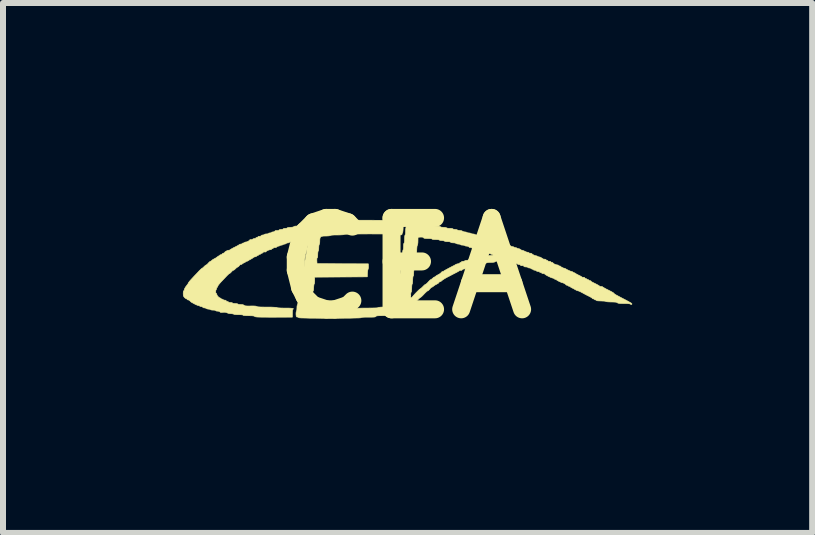
<source format=kicad_pcb>
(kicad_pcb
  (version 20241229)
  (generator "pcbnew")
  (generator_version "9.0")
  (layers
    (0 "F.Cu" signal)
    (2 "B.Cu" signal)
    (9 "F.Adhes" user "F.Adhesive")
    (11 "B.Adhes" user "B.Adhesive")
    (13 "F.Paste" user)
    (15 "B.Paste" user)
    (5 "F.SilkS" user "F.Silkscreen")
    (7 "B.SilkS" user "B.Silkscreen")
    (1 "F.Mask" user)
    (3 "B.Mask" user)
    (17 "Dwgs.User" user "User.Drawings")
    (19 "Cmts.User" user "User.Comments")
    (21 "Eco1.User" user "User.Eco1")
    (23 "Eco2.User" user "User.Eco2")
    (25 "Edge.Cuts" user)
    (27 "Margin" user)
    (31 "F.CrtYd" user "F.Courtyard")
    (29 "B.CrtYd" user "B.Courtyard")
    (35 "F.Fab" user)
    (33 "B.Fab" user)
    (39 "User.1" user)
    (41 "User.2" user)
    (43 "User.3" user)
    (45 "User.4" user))
  (footprint "CEA"
    (layer "F.Cu")
    (at 3.696 1.418)
    (property "Reference" "CEA" (at 0 0 0) (layer "F.SilkS") (effects (font (size 1.524 1.524) (thickness 0.3))))
    (attr through_hole)
    (fp_poly (pts (xy -0.624 -0.796) (xy -0.55 -0.796) (xy -0.48 -0.795) (xy -0.416 -0.795) (xy -0.359 -0.793) (xy -0.312 -0.792) (xy -0.277 -0.79) (xy -0.255 -0.789) (xy -0.249 -0.787) (xy -0.237 -0.783) (xy -0.211 -0.78) (xy -0.174 -0.778) (xy -0.128 -0.777) (xy -0.122 -0.776) (xy -0.004 -0.775) (xy -0.002 -0.753) (xy -0.004 -0.732) (xy -0.012 -0.72) (xy -0.02 -0.707) (xy -0.024 -0.683) (xy -0.025 -0.651) (xy -0.027 -0.622) (xy -0.03 -0.599) (xy -0.034 -0.588) (xy -0.034 -0.588) (xy -0.041 -0.576) (xy -0.042 -0.567) (xy -0.045 -0.556) (xy -0.056 -0.552) (xy -0.079 -0.55) (xy -0.08 -0.55) (xy -0.104 -0.552) (xy -0.12 -0.557) (xy -0.123 -0.559) (xy -0.132 -0.561) (xy -0.156 -0.562) (xy -0.193 -0.564) (xy -0.242 -0.565) (xy -0.299 -0.566) (xy -0.364 -0.567) (xy -0.433 -0.567) (xy -0.507 -0.567) (xy -0.582 -0.568) (xy -0.656 -0.567) (xy -0.728 -0.567) (xy -0.796 -0.566) (xy -0.857 -0.566) (xy -0.911 -0.565) (xy -0.955 -0.563) (xy -0.986 -0.562) (xy -1.004 -0.56) (xy -1.008 -0.559) (xy -1.016 -0.555) (xy -1.039 -0.553) (xy -1.076 -0.551) (xy -1.122 -0.55) (xy -1.17 -0.55) (xy -1.206 -0.548) (xy -1.229 -0.545) (xy -1.236 -0.542) (xy -1.244 -0.538) (xy -1.266 -0.535) (xy -1.299 -0.533) (xy -1.311 -0.533) (xy -1.354 -0.532) (xy -1.384 -0.527) (xy -1.401 -0.517) (xy -1.41 -0.498) (xy -1.414 -0.469) (xy -1.414 -0.451) (xy -1.415 -0.423) (xy -1.419 -0.402) (xy -1.422 -0.394) (xy -1.427 -0.383) (xy -1.43 -0.361) (xy -1.431 -0.339) (xy -1.432 -0.311) (xy -1.436 -0.291) (xy -1.439 -0.284) (xy -1.444 -0.273) (xy -1.447 -0.251) (xy -1.448 -0.224) (xy -1.449 -0.194) (xy -1.453 -0.174) (xy -1.457 -0.169) (xy -1.462 -0.161) (xy -1.463 -0.139) (xy -1.463 -0.121) (xy -1.46 -0.072) (xy -1.033 -0.07) (xy -0.605 -0.069) (xy -0.603 -0.033) (xy -0.603 -0.006) (xy -0.607 0.017) (xy -0.609 0.021) (xy -0.614 0.038) (xy -0.618 0.066) (xy -0.62 0.093) (xy -0.622 0.148) (xy -1.499 0.153) (xy -1.499 0.207) (xy -1.5 0.236) (xy -1.503 0.258) (xy -1.507 0.267) (xy -1.511 0.277) (xy -1.514 0.3) (xy -1.516 0.326) (xy -1.517 0.355) (xy -1.52 0.375) (xy -1.524 0.381) (xy -1.528 0.389) (xy -1.531 0.409) (xy -1.532 0.436) (xy -1.534 0.464) (xy -1.537 0.486) (xy -1.541 0.495) (xy -1.546 0.506) (xy -1.549 0.528) (xy -1.55 0.549) (xy -1.552 0.578) (xy -1.556 0.601) (xy -1.561 0.611) (xy -1.568 0.627) (xy -1.569 0.652) (xy -1.567 0.679) (xy -1.559 0.681) (xy -1.536 0.683) (xy -1.5 0.684) (xy -1.453 0.685) (xy -1.398 0.685) (xy -1.336 0.686) (xy -1.269 0.686) (xy -1.2 0.686) (xy -1.131 0.686) (xy -1.063 0.685) (xy -1 0.684) (xy -0.942 0.684) (xy -0.892 0.682) (xy -0.852 0.681) (xy -0.824 0.68) (xy -0.81 0.678) (xy -0.809 0.677) (xy -0.798 0.674) (xy -0.773 0.672) (xy -0.733 0.67) (xy -0.68 0.669) (xy -0.622 0.669) (xy -0.557 0.668) (xy -0.505 0.667) (xy -0.468 0.666) (xy -0.446 0.663) (xy -0.44 0.66) (xy -0.432 0.657) (xy -0.409 0.654) (xy -0.373 0.652) (xy -0.339 0.652) (xy -0.297 0.651) (xy -0.263 0.649) (xy -0.241 0.647) (xy -0.233 0.643) (xy -0.223 0.634) (xy -0.217 0.641) (xy -0.214 0.664) (xy -0.213 0.703) (xy -0.214 0.705) (xy -0.216 0.775) (xy -0.246 0.777) (xy -0.268 0.781) (xy -0.282 0.787) (xy -0.283 0.788) (xy -0.295 0.791) (xy -0.319 0.794) (xy -0.353 0.795) (xy -0.383 0.796) (xy -0.425 0.796) (xy -0.454 0.798) (xy -0.47 0.801) (xy -0.478 0.806) (xy -0.479 0.808) (xy -0.484 0.813) (xy -0.496 0.817) (xy -0.516 0.819) (xy -0.548 0.82) (xy -0.594 0.82) (xy -0.604 0.82) (xy -0.658 0.82) (xy -0.697 0.822) (xy -0.719 0.825) (xy -0.726 0.829) (xy -0.735 0.831) (xy -0.759 0.833) (xy -0.797 0.834) (xy -0.846 0.835) (xy -0.905 0.837) (xy -0.971 0.837) (xy -1.045 0.838) (xy -1.122 0.839) (xy -1.202 0.839) (xy -1.284 0.839) (xy -1.364 0.839) (xy -1.442 0.838) (xy -1.515 0.837) (xy -1.582 0.837) (xy -1.641 0.835) (xy -1.691 0.834) (xy -1.729 0.833) (xy -1.753 0.831) (xy -1.763 0.829) (xy -1.763 0.829) (xy -1.773 0.821) (xy -1.787 0.818) (xy -1.799 0.816) (xy -1.806 0.807) (xy -1.809 0.788) (xy -1.81 0.776) (xy -1.81 0.75) (xy -1.807 0.73) (xy -1.804 0.725) (xy -1.799 0.712) (xy -1.796 0.689) (xy -1.795 0.668) (xy -1.794 0.64) (xy -1.79 0.621) (xy -1.786 0.614) (xy -1.782 0.603) (xy -1.778 0.581) (xy -1.778 0.567) (xy -1.776 0.542) (xy -1.772 0.525) (xy -1.77 0.521) (xy -1.765 0.51) (xy -1.762 0.488) (xy -1.761 0.461) (xy -1.76 0.433) (xy -1.757 0.411) (xy -1.753 0.402) (xy -1.748 0.391) (xy -1.745 0.37) (xy -1.744 0.356) (xy -1.741 0.322) (xy -1.73 0.304) (xy -1.722 0.293) (xy -1.72 0.274) (xy -1.721 0.248) (xy -1.723 0.219) (xy -1.719 0.201) (xy -1.713 0.193) (xy -1.705 0.181) (xy -1.703 0.159) (xy -1.705 0.143) (xy -1.706 0.117) (xy -1.703 0.103) (xy -1.697 0.098) (xy -1.689 0.091) (xy -1.686 0.073) (xy -1.686 0.043) (xy -1.686 0.042) (xy -1.685 0.011) (xy -1.682 -0.012) (xy -1.678 -0.019) (xy -1.672 -0.032) (xy -1.669 -0.057) (xy -1.668 -0.077) (xy -1.667 -0.105) (xy -1.663 -0.124) (xy -1.659 -0.131) (xy -1.655 -0.142) (xy -1.651 -0.164) (xy -1.651 -0.178) (xy -1.649 -0.203) (xy -1.645 -0.22) (xy -1.643 -0.224) (xy -1.638 -0.235) (xy -1.635 -0.257) (xy -1.634 -0.284) (xy -1.633 -0.313) (xy -1.63 -0.332) (xy -1.626 -0.339) (xy -1.621 -0.346) (xy -1.618 -0.366) (xy -1.617 -0.385) (xy -1.616 -0.411) (xy -1.612 -0.43) (xy -1.609 -0.436) (xy -1.604 -0.447) (xy -1.601 -0.469) (xy -1.6 -0.491) (xy -1.599 -0.519) (xy -1.595 -0.539) (xy -1.592 -0.546) (xy -1.587 -0.557) (xy -1.584 -0.579) (xy -1.583 -0.597) (xy -1.582 -0.623) (xy -1.578 -0.639) (xy -1.575 -0.643) (xy -1.57 -0.651) (xy -1.567 -0.672) (xy -1.566 -0.699) (xy -1.566 -0.754) (xy -1.474 -0.754) (xy -1.43 -0.754) (xy -1.399 -0.756) (xy -1.381 -0.76) (xy -1.372 -0.766) (xy -1.363 -0.771) (xy -1.346 -0.775) (xy -1.317 -0.777) (xy -1.274 -0.777) (xy -1.264 -0.777) (xy -1.214 -0.778) (xy -1.181 -0.78) (xy -1.164 -0.784) (xy -1.162 -0.786) (xy -1.153 -0.788) (xy -1.129 -0.79) (xy -1.092 -0.792) (xy -1.044 -0.793) (xy -0.986 -0.794) (xy -0.921 -0.795) (xy -0.85 -0.796) (xy -0.776 -0.796) (xy -0.7 -0.796) (xy -0.624 -0.796)) (stroke (width 0.01) (type solid)) (fill yes) (layer "F.SilkS"))
    (fp_poly (pts (xy -1.676 -0.605) (xy -1.677 -0.559) (xy -1.677 -0.528) (xy -1.679 -0.508) (xy -1.682 -0.497) (xy -1.686 -0.492) (xy -1.693 -0.491) (xy -1.693 -0.491) (xy -1.707 -0.488) (xy -1.71 -0.483) (xy -1.718 -0.477) (xy -1.736 -0.474) (xy -1.744 -0.474) (xy -1.766 -0.472) (xy -1.781 -0.467) (xy -1.782 -0.466) (xy -1.794 -0.46) (xy -1.814 -0.457) (xy -1.816 -0.457) (xy -1.837 -0.455) (xy -1.849 -0.449) (xy -1.85 -0.449) (xy -1.861 -0.443) (xy -1.882 -0.44) (xy -1.883 -0.44) (xy -1.906 -0.436) (xy -1.922 -0.427) (xy -1.922 -0.427) (xy -1.938 -0.418) (xy -1.949 -0.418) (xy -1.966 -0.415) (xy -1.973 -0.41) (xy -1.989 -0.4) (xy -2.003 -0.398) (xy -2.02 -0.395) (xy -2.028 -0.389) (xy -2.039 -0.383) (xy -2.053 -0.381) (xy -2.071 -0.378) (xy -2.079 -0.373) (xy -2.09 -0.366) (xy -2.104 -0.364) (xy -2.123 -0.359) (xy -2.132 -0.35) (xy -2.146 -0.34) (xy -2.158 -0.341) (xy -2.176 -0.34) (xy -2.185 -0.334) (xy -2.2 -0.323) (xy -2.207 -0.322) (xy -2.217 -0.317) (xy -2.218 -0.313) (xy -2.225 -0.307) (xy -2.238 -0.305) (xy -2.258 -0.301) (xy -2.281 -0.293) (xy -2.301 -0.282) (xy -2.311 -0.272) (xy -2.311 -0.27) (xy -2.318 -0.266) (xy -2.332 -0.267) (xy -2.351 -0.268) (xy -2.359 -0.259) (xy -2.371 -0.248) (xy -2.38 -0.246) (xy -2.393 -0.242) (xy -2.396 -0.237) (xy -2.403 -0.23) (xy -2.413 -0.229) (xy -2.427 -0.225) (xy -2.43 -0.22) (xy -2.437 -0.212) (xy -2.442 -0.212) (xy -2.456 -0.206) (xy -2.464 -0.199) (xy -2.48 -0.189) (xy -2.493 -0.186) (xy -2.513 -0.181) (xy -2.523 -0.173) (xy -2.538 -0.162) (xy -2.56 -0.149) (xy -2.564 -0.147) (xy -2.588 -0.134) (xy -2.608 -0.122) (xy -2.61 -0.12) (xy -2.621 -0.113) (xy -2.625 -0.114) (xy -2.63 -0.115) (xy -2.639 -0.108) (xy -2.658 -0.096) (xy -2.681 -0.084) (xy -2.682 -0.084) (xy -2.7 -0.074) (xy -2.709 -0.067) (xy -2.709 -0.066) (xy -2.716 -0.06) (xy -2.726 -0.059) (xy -2.743 -0.053) (xy -2.757 -0.038) (xy -2.77 -0.023) (xy -2.781 -0.017) (xy -2.792 -0.011) (xy -2.81 0.003) (xy -2.819 0.012) (xy -2.837 0.029) (xy -2.85 0.037) (xy -2.854 0.038) (xy -2.862 0.041) (xy -2.878 0.054) (xy -2.886 0.064) (xy -2.903 0.081) (xy -2.916 0.092) (xy -2.92 0.093) (xy -2.924 0.094) (xy -2.931 0.099) (xy -2.941 0.109) (xy -2.958 0.125) (xy -2.981 0.149) (xy -3.012 0.182) (xy -3.053 0.225) (xy -3.068 0.241) (xy -3.09 0.267) (xy -3.107 0.289) (xy -3.115 0.304) (xy -3.115 0.307) (xy -3.12 0.319) (xy -3.124 0.322) (xy -3.131 0.329) (xy -3.133 0.338) (xy -3.137 0.354) (xy -3.141 0.36) (xy -3.147 0.371) (xy -3.149 0.389) (xy -3.149 0.408) (xy -3.145 0.421) (xy -3.141 0.423) (xy -3.134 0.43) (xy -3.132 0.438) (xy -3.126 0.456) (xy -3.112 0.475) (xy -3.094 0.492) (xy -3.079 0.499) (xy -3.078 0.5) (xy -3.067 0.504) (xy -3.065 0.508) (xy -3.058 0.515) (xy -3.052 0.516) (xy -3.035 0.522) (xy -3.026 0.528) (xy -3.009 0.537) (xy -2.999 0.536) (xy -2.983 0.539) (xy -2.977 0.545) (xy -2.966 0.556) (xy -2.955 0.559) (xy -2.941 0.562) (xy -2.938 0.567) (xy -2.93 0.573) (xy -2.912 0.576) (xy -2.904 0.576) (xy -2.883 0.578) (xy -2.871 0.582) (xy -2.87 0.584) (xy -2.863 0.589) (xy -2.843 0.592) (xy -2.828 0.593) (xy -2.803 0.594) (xy -2.786 0.598) (xy -2.781 0.601) (xy -2.771 0.606) (xy -2.749 0.609) (xy -2.731 0.61) (xy -2.696 0.612) (xy -2.677 0.621) (xy -2.675 0.623) (xy -2.667 0.629) (xy -2.653 0.632) (xy -2.629 0.634) (xy -2.593 0.635) (xy -2.566 0.634) (xy -2.517 0.634) (xy -2.484 0.636) (xy -2.468 0.64) (xy -2.466 0.642) (xy -2.457 0.646) (xy -2.435 0.649) (xy -2.398 0.651) (xy -2.345 0.652) (xy -2.298 0.652) (xy -2.24 0.652) (xy -2.192 0.654) (xy -2.156 0.656) (xy -2.135 0.658) (xy -2.129 0.66) (xy -2.119 0.664) (xy -2.094 0.666) (xy -2.056 0.668) (xy -2.008 0.669) (xy -1.989 0.669) (xy -1.933 0.669) (xy -1.893 0.671) (xy -1.868 0.674) (xy -1.855 0.678) (xy -1.855 0.684) (xy -1.863 0.69) (xy -1.867 0.7) (xy -1.87 0.723) (xy -1.871 0.754) (xy -1.871 0.758) (xy -1.871 0.82) (xy -2.179 0.821) (xy -2.261 0.821) (xy -2.328 0.82) (xy -2.381 0.82) (xy -2.421 0.819) (xy -2.452 0.818) (xy -2.473 0.816) (xy -2.487 0.814) (xy -2.495 0.811) (xy -2.498 0.808) (xy -2.507 0.803) (xy -2.524 0.799) (xy -2.552 0.797) (xy -2.595 0.796) (xy -2.6 0.796) (xy -2.642 0.795) (xy -2.672 0.793) (xy -2.69 0.79) (xy -2.692 0.787) (xy -2.7 0.783) (xy -2.722 0.78) (xy -2.756 0.779) (xy -2.768 0.779) (xy -2.802 0.778) (xy -2.83 0.776) (xy -2.846 0.772) (xy -2.849 0.77) (xy -2.86 0.766) (xy -2.882 0.763) (xy -2.896 0.762) (xy -2.929 0.759) (xy -2.956 0.75) (xy -2.96 0.748) (xy -2.979 0.74) (xy -3.005 0.738) (xy -3.028 0.739) (xy -3.056 0.741) (xy -3.072 0.739) (xy -3.079 0.732) (xy -3.091 0.723) (xy -3.116 0.72) (xy -3.117 0.72) (xy -3.138 0.718) (xy -3.149 0.713) (xy -3.15 0.711) (xy -3.157 0.706) (xy -3.177 0.703) (xy -3.191 0.703) (xy -3.217 0.701) (xy -3.234 0.697) (xy -3.239 0.694) (xy -3.25 0.688) (xy -3.27 0.686) (xy -3.272 0.686) (xy -3.294 0.682) (xy -3.309 0.674) (xy -3.31 0.674) (xy -3.325 0.666) (xy -3.335 0.666) (xy -3.352 0.664) (xy -3.361 0.657) (xy -3.378 0.646) (xy -3.391 0.643) (xy -3.409 0.64) (xy -3.416 0.635) (xy -3.428 0.628) (xy -3.436 0.627) (xy -3.452 0.623) (xy -3.476 0.613) (xy -3.493 0.605) (xy -3.528 0.586) (xy -3.552 0.573) (xy -3.567 0.562) (xy -3.577 0.551) (xy -3.58 0.548) (xy -3.596 0.536) (xy -3.607 0.533) (xy -3.621 0.53) (xy -3.624 0.525) (xy -3.63 0.517) (xy -3.634 0.516) (xy -3.646 0.511) (xy -3.664 0.498) (xy -3.668 0.494) (xy -3.682 0.477) (xy -3.689 0.459) (xy -3.691 0.432) (xy -3.691 0.426) (xy -3.69 0.401) (xy -3.686 0.385) (xy -3.683 0.381) (xy -3.675 0.374) (xy -3.675 0.369) (xy -3.669 0.348) (xy -3.654 0.32) (xy -3.632 0.291) (xy -3.629 0.287) (xy -3.615 0.269) (xy -3.607 0.255) (xy -3.607 0.253) (xy -3.601 0.242) (xy -3.587 0.223) (xy -3.567 0.2) (xy -3.567 0.2) (xy -3.508 0.136) (xy -3.46 0.086) (xy -3.424 0.047) (xy -3.398 0.022) (xy -3.382 0.008) (xy -3.378 0.006) (xy -3.369 0.001) (xy -3.354 -0.012) (xy -3.344 -0.022) (xy -3.326 -0.039) (xy -3.311 -0.049) (xy -3.307 -0.051) (xy -3.296 -0.057) (xy -3.281 -0.072) (xy -3.274 -0.08) (xy -3.257 -0.098) (xy -3.243 -0.109) (xy -3.239 -0.11) (xy -3.225 -0.116) (xy -3.217 -0.124) (xy -3.199 -0.139) (xy -3.188 -0.145) (xy -3.144 -0.169) (xy -3.117 -0.189) (xy -3.101 -0.2) (xy -3.092 -0.203) (xy -3.082 -0.209) (xy -3.082 -0.212) (xy -3.075 -0.219) (xy -3.065 -0.22) (xy -3.048 -0.226) (xy -3.043 -0.233) (xy -3.031 -0.244) (xy -3.023 -0.246) (xy -3.007 -0.251) (xy -3.003 -0.257) (xy -2.992 -0.27) (xy -2.971 -0.283) (xy -2.947 -0.293) (xy -2.929 -0.296) (xy -2.913 -0.3) (xy -2.909 -0.304) (xy -2.899 -0.311) (xy -2.878 -0.323) (xy -2.849 -0.339) (xy -2.832 -0.347) (xy -2.8 -0.363) (xy -2.775 -0.377) (xy -2.759 -0.387) (xy -2.756 -0.39) (xy -2.744 -0.396) (xy -2.73 -0.398) (xy -2.714 -0.401) (xy -2.709 -0.406) (xy -2.702 -0.413) (xy -2.693 -0.415) (xy -2.677 -0.419) (xy -2.671 -0.423) (xy -2.659 -0.431) (xy -2.651 -0.432) (xy -2.632 -0.435) (xy -2.611 -0.444) (xy -2.592 -0.456) (xy -2.583 -0.466) (xy -2.582 -0.467) (xy -2.576 -0.473) (xy -2.565 -0.472) (xy -2.546 -0.473) (xy -2.536 -0.479) (xy -2.519 -0.488) (xy -2.503 -0.491) (xy -2.486 -0.494) (xy -2.481 -0.5) (xy -2.474 -0.507) (xy -2.465 -0.508) (xy -2.449 -0.514) (xy -2.444 -0.52) (xy -2.433 -0.528) (xy -2.421 -0.527) (xy -2.402 -0.529) (xy -2.395 -0.536) (xy -2.38 -0.547) (xy -2.362 -0.55) (xy -2.344 -0.553) (xy -2.337 -0.559) (xy -2.329 -0.564) (xy -2.311 -0.567) (xy -2.303 -0.567) (xy -2.282 -0.569) (xy -2.27 -0.574) (xy -2.269 -0.576) (xy -2.262 -0.582) (xy -2.244 -0.584) (xy -2.244 -0.584) (xy -2.226 -0.587) (xy -2.218 -0.593) (xy -2.218 -0.593) (xy -2.211 -0.599) (xy -2.194 -0.601) (xy -2.174 -0.605) (xy -2.164 -0.614) (xy -2.154 -0.623) (xy -2.133 -0.624) (xy -2.129 -0.624) (xy -2.104 -0.624) (xy -2.094 -0.632) (xy -2.082 -0.64) (xy -2.059 -0.643) (xy -2.056 -0.643) (xy -2.036 -0.645) (xy -2.024 -0.65) (xy -2.024 -0.652) (xy -2.016 -0.657) (xy -1.997 -0.66) (xy -1.99 -0.66) (xy -1.968 -0.662) (xy -1.957 -0.667) (xy -1.956 -0.669) (xy -1.948 -0.673) (xy -1.928 -0.676) (xy -1.906 -0.677) (xy -1.871 -0.68) (xy -1.85 -0.686) (xy -1.847 -0.689) (xy -1.83 -0.697) (xy -1.8 -0.699) (xy -1.794 -0.699) (xy -1.764 -0.7) (xy -1.745 -0.706) (xy -1.743 -0.709) (xy -1.728 -0.716) (xy -1.706 -0.72) (xy -1.705 -0.72) (xy -1.676 -0.72) (xy -1.676 -0.605)) (stroke (width 0.01) (type solid)) (fill yes) (layer "F.SilkS"))
    (fp_poly (pts (xy 0.133 -0.753) (xy 0.159 -0.75) (xy 0.172 -0.746) (xy 0.174 -0.745) (xy 0.184 -0.741) (xy 0.207 -0.739) (xy 0.24 -0.737) (xy 0.263 -0.737) (xy 0.302 -0.736) (xy 0.33 -0.734) (xy 0.345 -0.73) (xy 0.347 -0.728) (xy 0.355 -0.724) (xy 0.377 -0.721) (xy 0.409 -0.72) (xy 0.414 -0.72) (xy 0.452 -0.719) (xy 0.476 -0.715) (xy 0.489 -0.709) (xy 0.491 -0.707) (xy 0.505 -0.698) (xy 0.529 -0.696) (xy 0.543 -0.697) (xy 0.574 -0.697) (xy 0.592 -0.691) (xy 0.593 -0.689) (xy 0.609 -0.681) (xy 0.638 -0.678) (xy 0.648 -0.677) (xy 0.674 -0.676) (xy 0.693 -0.672) (xy 0.699 -0.669) (xy 0.709 -0.664) (xy 0.731 -0.661) (xy 0.754 -0.66) (xy 0.781 -0.659) (xy 0.799 -0.656) (xy 0.804 -0.652) (xy 0.812 -0.647) (xy 0.83 -0.644) (xy 0.837 -0.643) (xy 0.86 -0.641) (xy 0.876 -0.636) (xy 0.878 -0.634) (xy 0.891 -0.629) (xy 0.914 -0.625) (xy 0.921 -0.625) (xy 0.946 -0.622) (xy 0.963 -0.615) (xy 0.966 -0.613) (xy 0.981 -0.605) (xy 1.003 -0.601) (xy 1.004 -0.601) (xy 1.025 -0.599) (xy 1.037 -0.593) (xy 1.037 -0.593) (xy 1.048 -0.587) (xy 1.069 -0.584) (xy 1.071 -0.584) (xy 1.092 -0.582) (xy 1.104 -0.576) (xy 1.105 -0.576) (xy 1.116 -0.57) (xy 1.137 -0.567) (xy 1.139 -0.567) (xy 1.16 -0.565) (xy 1.172 -0.559) (xy 1.173 -0.559) (xy 1.184 -0.553) (xy 1.204 -0.55) (xy 1.206 -0.55) (xy 1.229 -0.546) (xy 1.245 -0.537) (xy 1.245 -0.537) (xy 1.264 -0.527) (xy 1.28 -0.527) (xy 1.301 -0.526) (xy 1.314 -0.519) (xy 1.328 -0.511) (xy 1.35 -0.508) (xy 1.351 -0.508) (xy 1.372 -0.506) (xy 1.384 -0.5) (xy 1.384 -0.5) (xy 1.396 -0.493) (xy 1.409 -0.491) (xy 1.428 -0.487) (xy 1.436 -0.482) (xy 1.451 -0.475) (xy 1.472 -0.472) (xy 1.494 -0.468) (xy 1.508 -0.46) (xy 1.524 -0.451) (xy 1.537 -0.449) (xy 1.555 -0.445) (xy 1.562 -0.44) (xy 1.574 -0.434) (xy 1.588 -0.432) (xy 1.605 -0.429) (xy 1.613 -0.423) (xy 1.625 -0.417) (xy 1.638 -0.415) (xy 1.656 -0.412) (xy 1.664 -0.406) (xy 1.675 -0.4) (xy 1.689 -0.398) (xy 1.709 -0.393) (xy 1.719 -0.385) (xy 1.735 -0.375) (xy 1.749 -0.373) (xy 1.766 -0.369) (xy 1.774 -0.364) (xy 1.785 -0.357) (xy 1.799 -0.356) (xy 1.817 -0.352) (xy 1.825 -0.347) (xy 1.836 -0.341) (xy 1.85 -0.339) (xy 1.868 -0.335) (xy 1.875 -0.33) (xy 1.887 -0.324) (xy 1.9 -0.322) (xy 1.92 -0.317) (xy 1.93 -0.309) (xy 1.947 -0.298) (xy 1.957 -0.296) (xy 1.974 -0.292) (xy 1.997 -0.282) (xy 2.002 -0.279) (xy 2.026 -0.268) (xy 2.045 -0.263) (xy 2.049 -0.262) (xy 2.065 -0.259) (xy 2.07 -0.254) (xy 2.082 -0.247) (xy 2.096 -0.246) (xy 2.113 -0.243) (xy 2.121 -0.238) (xy 2.133 -0.227) (xy 2.155 -0.215) (xy 2.178 -0.206) (xy 2.194 -0.203) (xy 2.209 -0.199) (xy 2.214 -0.195) (xy 2.226 -0.188) (xy 2.236 -0.186) (xy 2.262 -0.18) (xy 2.293 -0.162) (xy 2.305 -0.153) (xy 2.322 -0.146) (xy 2.332 -0.147) (xy 2.347 -0.145) (xy 2.354 -0.139) (xy 2.369 -0.129) (xy 2.376 -0.127) (xy 2.387 -0.122) (xy 2.388 -0.119) (xy 2.395 -0.113) (xy 2.413 -0.11) (xy 2.413 -0.11) (xy 2.431 -0.108) (xy 2.438 -0.102) (xy 2.438 -0.102) (xy 2.445 -0.095) (xy 2.455 -0.093) (xy 2.469 -0.09) (xy 2.472 -0.087) (xy 2.48 -0.077) (xy 2.497 -0.066) (xy 2.519 -0.057) (xy 2.54 -0.051) (xy 2.545 -0.051) (xy 2.561 -0.048) (xy 2.565 -0.042) (xy 2.572 -0.035) (xy 2.582 -0.034) (xy 2.596 -0.031) (xy 2.599 -0.027) (xy 2.606 -0.02) (xy 2.623 -0.011) (xy 2.642 -0.001) (xy 2.659 0.004) (xy 2.663 0.004) (xy 2.677 0.009) (xy 2.684 0.013) (xy 2.71 0.028) (xy 2.739 0.042) (xy 2.765 0.053) (xy 2.783 0.059) (xy 2.786 0.059) (xy 2.803 0.065) (xy 2.811 0.072) (xy 2.823 0.08) (xy 2.828 0.08) (xy 2.838 0.082) (xy 2.84 0.084) (xy 2.85 0.092) (xy 2.871 0.104) (xy 2.898 0.118) (xy 2.9 0.119) (xy 2.927 0.132) (xy 2.948 0.144) (xy 2.959 0.152) (xy 2.959 0.152) (xy 2.97 0.156) (xy 2.98 0.155) (xy 2.997 0.157) (xy 3.002 0.164) (xy 3.014 0.176) (xy 3.024 0.178) (xy 3.037 0.182) (xy 3.04 0.186) (xy 3.047 0.193) (xy 3.056 0.195) (xy 3.07 0.198) (xy 3.073 0.203) (xy 3.08 0.21) (xy 3.09 0.212) (xy 3.104 0.214) (xy 3.107 0.218) (xy 3.108 0.221) (xy 3.111 0.225) (xy 3.12 0.231) (xy 3.137 0.24) (xy 3.165 0.254) (xy 3.195 0.269) (xy 3.223 0.284) (xy 3.244 0.297) (xy 3.255 0.305) (xy 3.256 0.305) (xy 3.267 0.31) (xy 3.277 0.309) (xy 3.292 0.309) (xy 3.297 0.312) (xy 3.307 0.32) (xy 3.328 0.332) (xy 3.356 0.348) (xy 3.372 0.356) (xy 3.416 0.378) (xy 3.447 0.394) (xy 3.468 0.406) (xy 3.481 0.414) (xy 3.489 0.421) (xy 3.492 0.425) (xy 3.499 0.432) (xy 3.51 0.44) (xy 3.529 0.451) (xy 3.557 0.466) (xy 3.596 0.487) (xy 3.636 0.508) (xy 3.69 0.536) (xy 3.729 0.557) (xy 3.757 0.573) (xy 3.776 0.584) (xy 3.786 0.593) (xy 3.791 0.599) (xy 3.791 0.599) (xy 3.788 0.607) (xy 3.777 0.609) (xy 3.766 0.604) (xy 3.763 0.601) (xy 3.753 0.598) (xy 3.729 0.595) (xy 3.694 0.593) (xy 3.658 0.593) (xy 3.613 0.592) (xy 3.581 0.591) (xy 3.562 0.587) (xy 3.55 0.583) (xy 3.548 0.58) (xy 3.538 0.574) (xy 3.521 0.57) (xy 3.492 0.568) (xy 3.45 0.567) (xy 3.412 0.566) (xy 3.381 0.564) (xy 3.362 0.561) (xy 3.357 0.559) (xy 3.347 0.555) (xy 3.324 0.552) (xy 3.292 0.551) (xy 3.276 0.55) (xy 3.24 0.549) (xy 3.214 0.547) (xy 3.201 0.543) (xy 3.2 0.542) (xy 3.193 0.535) (xy 3.183 0.533) (xy 3.17 0.53) (xy 3.167 0.525) (xy 3.159 0.518) (xy 3.15 0.516) (xy 3.136 0.513) (xy 3.133 0.509) (xy 3.126 0.502) (xy 3.107 0.489) (xy 3.079 0.474) (xy 3.063 0.466) (xy 3.025 0.447) (xy 2.988 0.427) (xy 2.957 0.41) (xy 2.951 0.407) (xy 2.924 0.393) (xy 2.902 0.384) (xy 2.891 0.381) (xy 2.873 0.376) (xy 2.85 0.364) (xy 2.849 0.364) (xy 2.824 0.349) (xy 2.795 0.334) (xy 2.792 0.333) (xy 2.772 0.322) (xy 2.761 0.313) (xy 2.76 0.311) (xy 2.753 0.306) (xy 2.743 0.305) (xy 2.729 0.301) (xy 2.726 0.296) (xy 2.719 0.289) (xy 2.709 0.288) (xy 2.696 0.285) (xy 2.692 0.282) (xy 2.686 0.273) (xy 2.669 0.262) (xy 2.65 0.252) (xy 2.633 0.246) (xy 2.63 0.246) (xy 2.616 0.242) (xy 2.594 0.232) (xy 2.568 0.22) (xy 2.545 0.207) (xy 2.53 0.197) (xy 2.527 0.194) (xy 2.517 0.189) (xy 2.515 0.19) (xy 2.505 0.188) (xy 2.498 0.182) (xy 2.482 0.171) (xy 2.473 0.169) (xy 2.459 0.166) (xy 2.436 0.157) (xy 2.408 0.144) (xy 2.38 0.13) (xy 2.356 0.116) (xy 2.341 0.106) (xy 2.337 0.101) (xy 2.329 0.095) (xy 2.312 0.093) (xy 2.311 0.093) (xy 2.294 0.091) (xy 2.286 0.085) (xy 2.286 0.085) (xy 2.279 0.078) (xy 2.269 0.076) (xy 2.255 0.073) (xy 2.252 0.068) (xy 2.245 0.062) (xy 2.228 0.059) (xy 2.206 0.055) (xy 2.193 0.046) (xy 2.179 0.037) (xy 2.171 0.037) (xy 2.156 0.036) (xy 2.147 0.029) (xy 2.131 0.019) (xy 2.122 0.017) (xy 2.11 0.013) (xy 2.108 0.008) (xy 2.101 0.003) (xy 2.083 0.000001) (xy 2.083 0) (xy 2.065 -0.002) (xy 2.057 -0.008) (xy 2.057 -0.008) (xy 2.05 -0.014) (xy 2.031 -0.017) (xy 2.024 -0.017) (xy 1.998 -0.02) (xy 1.986 -0.031) (xy 1.976 -0.04) (xy 1.96 -0.039) (xy 1.941 -0.038) (xy 1.934 -0.046) (xy 1.922 -0.056) (xy 1.904 -0.059) (xy 1.887 -0.062) (xy 1.88 -0.068) (xy 1.872 -0.073) (xy 1.853 -0.076) (xy 1.837 -0.076) (xy 1.813 -0.078) (xy 1.798 -0.082) (xy 1.795 -0.085) (xy 1.787 -0.089) (xy 1.765 -0.092) (xy 1.734 -0.093) (xy 1.728 -0.093) (xy 1.69 -0.094) (xy 1.666 -0.098) (xy 1.652 -0.104) (xy 1.651 -0.106) (xy 1.636 -0.113) (xy 1.61 -0.118) (xy 1.579 -0.119) (xy 1.548 -0.117) (xy 1.523 -0.112) (xy 1.513 -0.106) (xy 1.498 -0.098) (xy 1.472 -0.094) (xy 1.436 -0.093) (xy 1.405 -0.092) (xy 1.381 -0.089) (xy 1.368 -0.085) (xy 1.367 -0.085) (xy 1.356 -0.079) (xy 1.335 -0.076) (xy 1.325 -0.076) (xy 1.301 -0.074) (xy 1.285 -0.07) (xy 1.283 -0.068) (xy 1.272 -0.063) (xy 1.25 -0.06) (xy 1.241 -0.059) (xy 1.213 -0.056) (xy 1.196 -0.049) (xy 1.194 -0.047) (xy 1.177 -0.038) (xy 1.161 -0.039) (xy 1.137 -0.038) (xy 1.127 -0.03) (xy 1.11 -0.02) (xy 1.091 -0.017) (xy 1.074 -0.014) (xy 1.067 -0.008) (xy 1.059 -0.003) (xy 1.042 0) (xy 1.041 0) (xy 1.024 0.002) (xy 1.016 0.008) (xy 1.016 0.008) (xy 1.009 0.014) (xy 0.992 0.017) (xy 0.971 0.021) (xy 0.962 0.031) (xy 0.951 0.04) (xy 0.943 0.039) (xy 0.925 0.039) (xy 0.917 0.044) (xy 0.909 0.049) (xy 0.896 0.057) (xy 0.875 0.069) (xy 0.844 0.085) (xy 0.803 0.106) (xy 0.75 0.134) (xy 0.72 0.149) (xy 0.685 0.168) (xy 0.654 0.187) (xy 0.632 0.202) (xy 0.623 0.209) (xy 0.607 0.223) (xy 0.592 0.229) (xy 0.577 0.235) (xy 0.573 0.241) (xy 0.562 0.255) (xy 0.548 0.263) (xy 0.502 0.288) (xy 0.476 0.308) (xy 0.46 0.319) (xy 0.451 0.322) (xy 0.441 0.328) (xy 0.426 0.344) (xy 0.42 0.351) (xy 0.403 0.37) (xy 0.39 0.38) (xy 0.386 0.381) (xy 0.375 0.387) (xy 0.357 0.403) (xy 0.334 0.425) (xy 0.324 0.436) (xy 0.3 0.461) (xy 0.28 0.48) (xy 0.267 0.49) (xy 0.265 0.491) (xy 0.255 0.497) (xy 0.238 0.512) (xy 0.216 0.534) (xy 0.191 0.559) (xy 0.168 0.585) (xy 0.149 0.606) (xy 0.138 0.622) (xy 0.135 0.627) (xy 0.13 0.638) (xy 0.117 0.657) (xy 0.097 0.681) (xy 0.094 0.684) (xy 0.074 0.71) (xy 0.057 0.732) (xy 0.048 0.746) (xy 0.048 0.747) (xy 0.044 0.753) (xy 0.035 0.758) (xy 0.019 0.76) (xy -0.007 0.762) (xy -0.047 0.762) (xy -0.064 0.762) (xy -0.109 0.762) (xy -0.14 0.761) (xy -0.16 0.758) (xy -0.17 0.754) (xy -0.175 0.749) (xy -0.174 0.732) (xy -0.17 0.726) (xy -0.165 0.713) (xy -0.162 0.688) (xy -0.161 0.669) (xy -0.159 0.641) (xy -0.155 0.619) (xy -0.151 0.612) (xy -0.146 0.597) (xy -0.143 0.57) (xy -0.143 0.546) (xy -0.143 0.511) (xy -0.139 0.489) (xy -0.132 0.478) (xy -0.125 0.465) (xy -0.124 0.457) (xy 0.102 0.457) (xy 0.103 0.48) (xy 0.106 0.496) (xy 0.11 0.5) (xy 0.12 0.493) (xy 0.129 0.483) (xy 0.142 0.467) (xy 0.162 0.444) (xy 0.186 0.418) (xy 0.211 0.393) (xy 0.234 0.37) (xy 0.252 0.354) (xy 0.262 0.347) (xy 0.262 0.347) (xy 0.272 0.341) (xy 0.289 0.326) (xy 0.306 0.309) (xy 0.326 0.289) (xy 0.343 0.275) (xy 0.352 0.271) (xy 0.363 0.265) (xy 0.38 0.249) (xy 0.395 0.233) (xy 0.414 0.212) (xy 0.429 0.198) (xy 0.436 0.195) (xy 0.448 0.189) (xy 0.464 0.175) (xy 0.466 0.174) (xy 0.482 0.159) (xy 0.495 0.152) (xy 0.496 0.152) (xy 0.509 0.146) (xy 0.517 0.139) (xy 0.531 0.128) (xy 0.554 0.115) (xy 0.564 0.11) (xy 0.588 0.096) (xy 0.606 0.081) (xy 0.61 0.076) (xy 0.623 0.063) (xy 0.635 0.059) (xy 0.649 0.056) (xy 0.653 0.053) (xy 0.656 0.049) (xy 0.664 0.044) (xy 0.678 0.036) (xy 0.7 0.024) (xy 0.733 0.006) (xy 0.779 -0.018) (xy 0.792 -0.025) (xy 0.822 -0.04) (xy 0.847 -0.054) (xy 0.862 -0.063) (xy 0.864 -0.063) (xy 0.882 -0.069) (xy 0.89 -0.069) (xy 0.906 -0.073) (xy 0.914 -0.08) (xy 0.929 -0.091) (xy 0.937 -0.093) (xy 0.947 -0.098) (xy 0.948 -0.102) (xy 0.956 -0.108) (xy 0.973 -0.11) (xy 0.993 -0.113) (xy 1.003 -0.119) (xy 1.015 -0.124) (xy 1.035 -0.127) (xy 1.038 -0.127) (xy 1.061 -0.131) (xy 1.072 -0.14) (xy 1.083 -0.148) (xy 1.097 -0.147) (xy 1.115 -0.147) (xy 1.123 -0.156) (xy 1.135 -0.166) (xy 1.16 -0.169) (xy 1.183 -0.171) (xy 1.197 -0.176) (xy 1.198 -0.178) (xy 1.209 -0.183) (xy 1.231 -0.186) (xy 1.248 -0.186) (xy 1.274 -0.188) (xy 1.294 -0.191) (xy 1.3 -0.194) (xy 1.312 -0.198) (xy 1.336 -0.201) (xy 1.369 -0.204) (xy 1.393 -0.205) (xy 1.432 -0.207) (xy 1.46 -0.21) (xy 1.474 -0.214) (xy 1.476 -0.216) (xy 1.467 -0.224) (xy 1.454 -0.227) (xy 1.436 -0.233) (xy 1.427 -0.238) (xy 1.413 -0.244) (xy 1.399 -0.246) (xy 1.378 -0.251) (xy 1.367 -0.258) (xy 1.352 -0.266) (xy 1.343 -0.266) (xy 1.329 -0.268) (xy 1.321 -0.275) (xy 1.304 -0.285) (xy 1.291 -0.288) (xy 1.273 -0.291) (xy 1.266 -0.296) (xy 1.254 -0.302) (xy 1.234 -0.305) (xy 1.232 -0.305) (xy 1.211 -0.307) (xy 1.199 -0.313) (xy 1.198 -0.313) (xy 1.187 -0.319) (xy 1.166 -0.322) (xy 1.163 -0.322) (xy 1.139 -0.325) (xy 1.122 -0.333) (xy 1.121 -0.334) (xy 1.105 -0.342) (xy 1.095 -0.341) (xy 1.08 -0.343) (xy 1.074 -0.35) (xy 1.059 -0.361) (xy 1.037 -0.364) (xy 1.016 -0.366) (xy 1.004 -0.372) (xy 1.003 -0.373) (xy 0.992 -0.378) (xy 0.971 -0.381) (xy 0.965 -0.381) (xy 0.944 -0.383) (xy 0.932 -0.388) (xy 0.931 -0.389) (xy 0.924 -0.395) (xy 0.906 -0.398) (xy 0.901 -0.398) (xy 0.877 -0.401) (xy 0.86 -0.409) (xy 0.859 -0.409) (xy 0.842 -0.417) (xy 0.816 -0.419) (xy 0.816 -0.419) (xy 0.786 -0.421) (xy 0.769 -0.429) (xy 0.747 -0.438) (xy 0.716 -0.439) (xy 0.69 -0.44) (xy 0.671 -0.445) (xy 0.667 -0.447) (xy 0.653 -0.453) (xy 0.629 -0.457) (xy 0.621 -0.457) (xy 0.598 -0.459) (xy 0.582 -0.464) (xy 0.58 -0.466) (xy 0.569 -0.47) (xy 0.547 -0.473) (xy 0.517 -0.474) (xy 0.516 -0.474) (xy 0.486 -0.475) (xy 0.465 -0.478) (xy 0.457 -0.483) (xy 0.449 -0.487) (xy 0.428 -0.49) (xy 0.396 -0.491) (xy 0.39 -0.491) (xy 0.354 -0.492) (xy 0.331 -0.495) (xy 0.319 -0.5) (xy 0.315 -0.504) (xy 0.305 -0.513) (xy 0.285 -0.515) (xy 0.266 -0.515) (xy 0.224 -0.512) (xy 0.223 -0.45) (xy 0.222 -0.419) (xy 0.218 -0.393) (xy 0.213 -0.379) (xy 0.213 -0.379) (xy 0.208 -0.366) (xy 0.205 -0.341) (xy 0.203 -0.31) (xy 0.203 -0.309) (xy 0.202 -0.278) (xy 0.199 -0.254) (xy 0.196 -0.241) (xy 0.195 -0.241) (xy 0.191 -0.229) (xy 0.186 -0.205) (xy 0.183 -0.174) (xy 0.183 -0.171) (xy 0.179 -0.128) (xy 0.175 -0.081) (xy 0.173 -0.049) (xy 0.169 -0.017) (xy 0.165 0.007) (xy 0.161 0.02) (xy 0.16 0.021) (xy 0.156 0.033) (xy 0.153 0.057) (xy 0.152 0.082) (xy 0.151 0.11) (xy 0.148 0.129) (xy 0.144 0.135) (xy 0.14 0.143) (xy 0.137 0.165) (xy 0.135 0.196) (xy 0.135 0.198) (xy 0.134 0.23) (xy 0.132 0.254) (xy 0.128 0.266) (xy 0.127 0.267) (xy 0.123 0.277) (xy 0.12 0.3) (xy 0.119 0.33) (xy 0.119 0.334) (xy 0.117 0.365) (xy 0.115 0.389) (xy 0.111 0.402) (xy 0.11 0.402) (xy 0.105 0.413) (xy 0.103 0.433) (xy 0.102 0.457) (xy -0.124 0.457) (xy -0.122 0.444) (xy -0.123 0.411) (xy -0.124 0.379) (xy -0.122 0.359) (xy -0.115 0.348) (xy -0.113 0.346) (xy -0.106 0.336) (xy -0.103 0.316) (xy -0.103 0.285) (xy -0.103 0.279) (xy -0.103 0.238) (xy -0.097 0.214) (xy -0.094 0.209) (xy -0.088 0.191) (xy -0.085 0.162) (xy -0.086 0.153) (xy -0.085 0.124) (xy -0.081 0.104) (xy -0.078 0.1) (xy -0.072 0.086) (xy -0.069 0.059) (xy -0.068 0.028) (xy -0.067 -0.002) (xy -0.064 -0.026) (xy -0.06 -0.038) (xy -0.059 -0.038) (xy -0.055 -0.049) (xy -0.052 -0.071) (xy -0.051 -0.102) (xy -0.051 -0.106) (xy -0.05 -0.138) (xy -0.047 -0.16) (xy -0.043 -0.169) (xy -0.042 -0.169) (xy -0.038 -0.177) (xy -0.035 -0.198) (xy -0.034 -0.23) (xy -0.034 -0.232) (xy -0.033 -0.263) (xy -0.03 -0.288) (xy -0.026 -0.3) (xy -0.025 -0.301) (xy -0.021 -0.311) (xy -0.018 -0.334) (xy -0.017 -0.36) (xy -0.016 -0.389) (xy -0.013 -0.408) (xy -0.008 -0.415) (xy -0.004 -0.423) (xy -0.001 -0.444) (xy -0.000028 -0.477) (xy 0 -0.483) (xy 0.001 -0.516) (xy 0.004 -0.54) (xy 0.008 -0.55) (xy 0.008 -0.55) (xy 0.013 -0.558) (xy 0.016 -0.579) (xy 0.017 -0.611) (xy 0.017 -0.613) (xy 0.018 -0.644) (xy 0.021 -0.669) (xy 0.025 -0.681) (xy 0.025 -0.682) (xy 0.031 -0.693) (xy 0.034 -0.714) (xy 0.034 -0.72) (xy 0.034 -0.754) (xy 0.101 -0.754) (xy 0.133 -0.753)) (stroke (width 0.01) (type solid)) (fill yes) (layer "F.SilkS")))
  (gr_rect
    (start -3 -3)
    (end 10.492 5.836)
    (stroke (width 0.1) (type default))
    (fill no)
    (layer "Edge.Cuts")))
</source>
